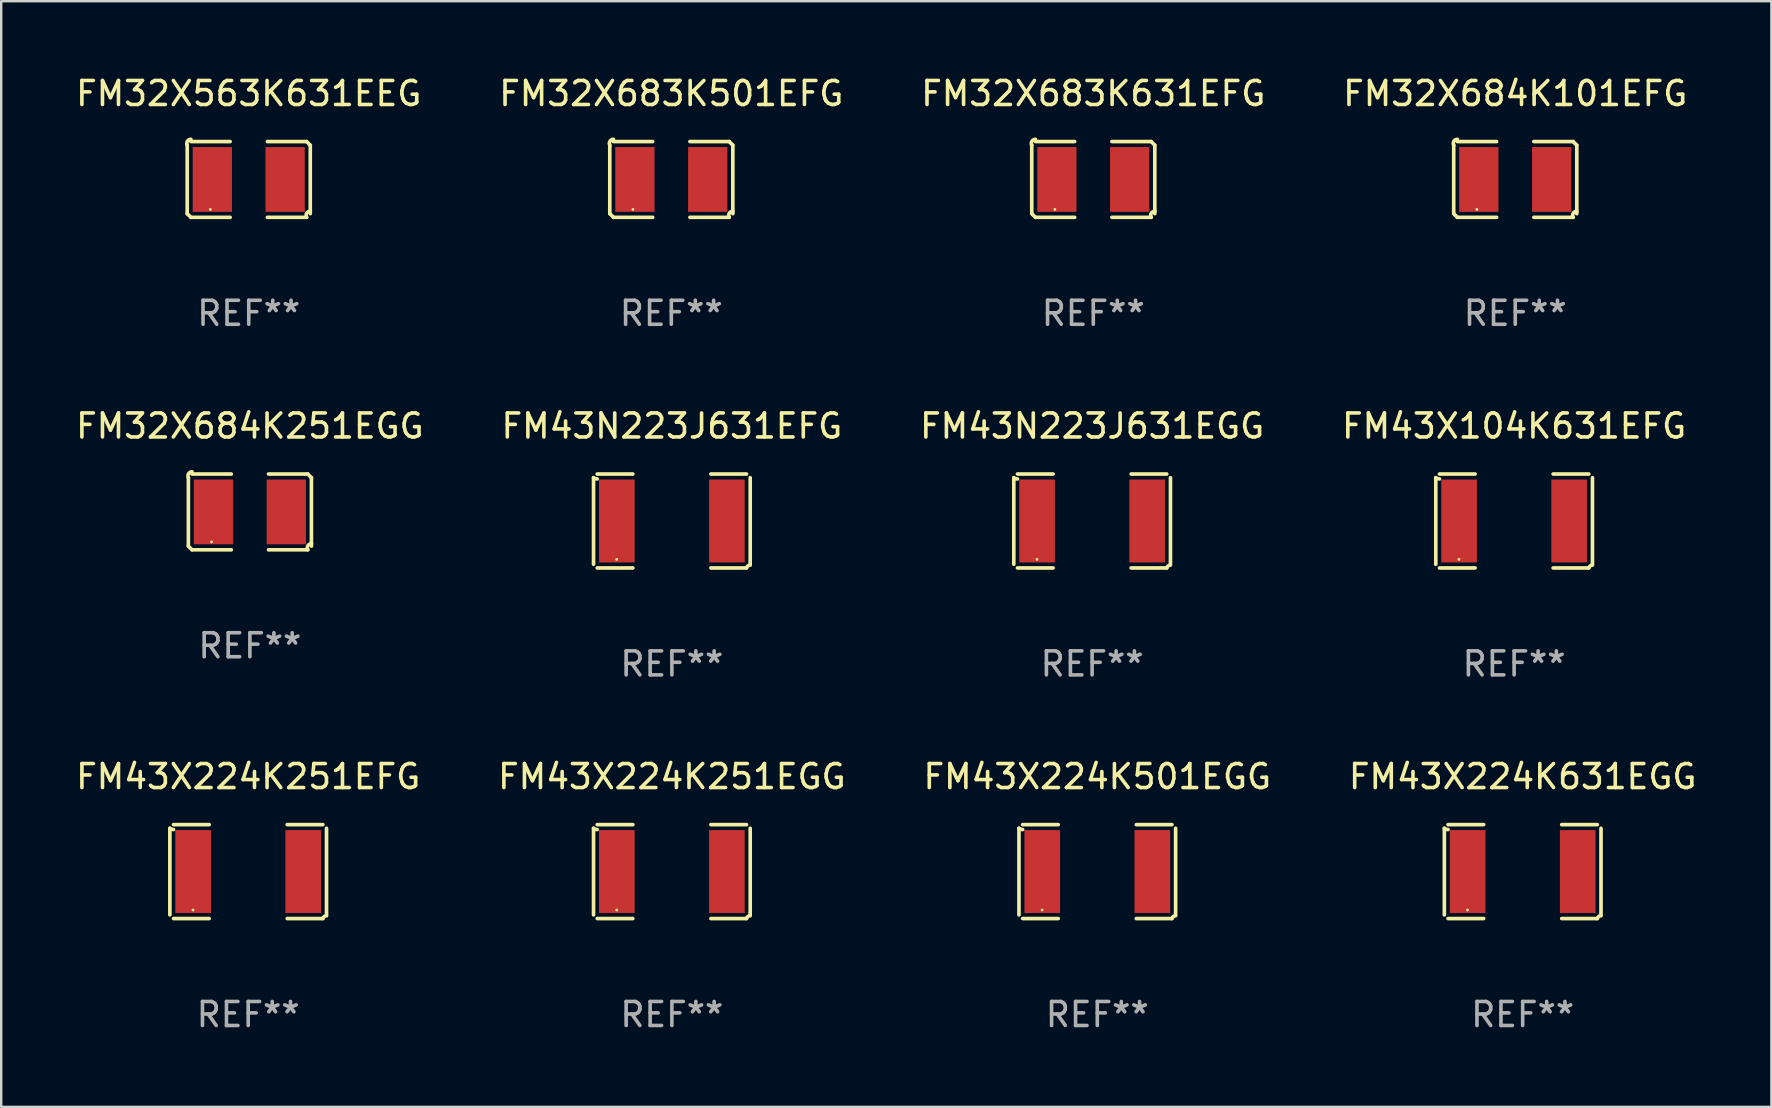
<source format=kicad_pcb>
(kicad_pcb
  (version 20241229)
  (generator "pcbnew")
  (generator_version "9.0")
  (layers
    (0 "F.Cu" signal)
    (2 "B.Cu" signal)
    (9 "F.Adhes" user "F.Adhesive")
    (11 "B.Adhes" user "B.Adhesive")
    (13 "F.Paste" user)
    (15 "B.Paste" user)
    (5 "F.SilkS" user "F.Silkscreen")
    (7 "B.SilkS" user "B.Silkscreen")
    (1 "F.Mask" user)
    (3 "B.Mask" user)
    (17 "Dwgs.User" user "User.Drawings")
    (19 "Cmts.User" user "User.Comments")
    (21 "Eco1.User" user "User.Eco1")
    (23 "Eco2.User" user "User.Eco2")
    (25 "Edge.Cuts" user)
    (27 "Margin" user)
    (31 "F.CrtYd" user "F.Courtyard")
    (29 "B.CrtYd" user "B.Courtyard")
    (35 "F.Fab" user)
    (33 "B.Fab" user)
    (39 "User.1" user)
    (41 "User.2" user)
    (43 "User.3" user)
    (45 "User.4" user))
  (footprint "FM43X224K501EGG"
    (layer "F.Cu")
    (at 42.673 33.268)
    (property "Reference" "FM43X224K501EGG" (at 0 -3.957 0) (layer "F.SilkS") (effects (font (size 1 1) (thickness 0.15))))
    (attr through_hole)
    (fp_line (start -3.264 1.804) (end -3.264 -1.804) (stroke (width 0.152) (type solid)) (layer "F.SilkS"))
    (fp_line (start -3.111 -1.957) (end -1.626 -1.957) (stroke (width 0.152) (type solid)) (layer "F.SilkS"))
    (fp_line (start -1.626 1.957) (end -3.111 1.957) (stroke (width 0.152) (type solid)) (layer "F.SilkS"))
    (fp_line (start 1.626 1.957) (end 3.111 1.957) (stroke (width 0.152) (type solid)) (layer "F.SilkS"))
    (fp_line (start 3.111 -1.957) (end 1.626 -1.957) (stroke (width 0.152) (type solid)) (layer "F.SilkS"))
    (fp_line (start 3.264 1.804) (end 3.264 -1.804) (stroke (width 0.152) (type solid)) (layer "F.SilkS"))
    (fp_arc (start -3.111202 -1.752192) (mid -3.191715 -1.76555) (end -3.263602 -1.804191) (stroke (width 0.1524) (type solid)) (layer "F.SilkS"))
    (fp_arc (start 3.111201 1.956591) (mid 3.167789 1.872777) (end 3.263602 1.840424) (stroke (width 0.1524) (type solid)) (layer "F.SilkS"))
    (fp_circle (center -2.3 1.6) (end -2.27 1.6) (stroke (width 0.06) (type solid)) (fill no) (layer "F.SilkS"))
    (fp_text user "REF**" (at 0 5.957 0) (layer "F.Fab") (effects (font (size 1 1) (thickness 0.15))))
    (pad "1" smd rect (at -2.293 0) (size 1.485 3.456) (layers "F.Cu" "F.Mask" "F.Paste"))
    (pad "2" smd rect (at 2.293 0) (size 1.485 3.456) (layers "F.Cu" "F.Mask" "F.Paste")))
  (footprint "FM43X224K251EFG"
    (layer "F.Cu")
    (at 7.292 33.268)
    (property "Reference" "FM43X224K251EFG" (at 0 -3.957 0) (layer "F.SilkS") (effects (font (size 1 1) (thickness 0.15))))
    (attr through_hole)
    (fp_line (start -3.264 1.804) (end -3.264 -1.804) (stroke (width 0.152) (type solid)) (layer "F.SilkS"))
    (fp_line (start -3.111 -1.957) (end -1.626 -1.957) (stroke (width 0.152) (type solid)) (layer "F.SilkS"))
    (fp_line (start -1.626 1.957) (end -3.111 1.957) (stroke (width 0.152) (type solid)) (layer "F.SilkS"))
    (fp_line (start 1.626 1.957) (end 3.111 1.957) (stroke (width 0.152) (type solid)) (layer "F.SilkS"))
    (fp_line (start 3.111 -1.957) (end 1.626 -1.957) (stroke (width 0.152) (type solid)) (layer "F.SilkS"))
    (fp_line (start 3.264 1.804) (end 3.264 -1.804) (stroke (width 0.152) (type solid)) (layer "F.SilkS"))
    (fp_arc (start -3.111202 -1.752192) (mid -3.191715 -1.76555) (end -3.263602 -1.804191) (stroke (width 0.1524) (type solid)) (layer "F.SilkS"))
    (fp_arc (start 3.111201 1.956591) (mid 3.167789 1.872777) (end 3.263602 1.840424) (stroke (width 0.1524) (type solid)) (layer "F.SilkS"))
    (fp_circle (center -2.3 1.6) (end -2.27 1.6) (stroke (width 0.06) (type solid)) (fill no) (layer "F.SilkS"))
    (fp_text user "REF**" (at 0 5.957 0) (layer "F.Fab") (effects (font (size 1 1) (thickness 0.15))))
    (pad "1" smd rect (at -2.293 0) (size 1.485 3.456) (layers "F.Cu" "F.Mask" "F.Paste"))
    (pad "2" smd rect (at 2.293 0) (size 1.485 3.456) (layers "F.Cu" "F.Mask" "F.Paste")))
  (footprint "FM32X684K101EFG"
    (layer "F.Cu")
    (at 60.089 4.427)
    (property "Reference" "FM32X684K101EFG" (at 0 -3.579 0) (layer "F.SilkS") (effects (font (size 1 1) (thickness 0.15))))
    (attr through_hole)
    (fp_line (start -2.564 1.426) (end -2.564 -1.426) (stroke (width 0.152) (type solid)) (layer "F.SilkS"))
    (fp_line (start -2.411 -1.579) (end -0.776 -1.579) (stroke (width 0.152) (type solid)) (layer "F.SilkS"))
    (fp_line (start -0.776 1.579) (end -2.411 1.579) (stroke (width 0.152) (type solid)) (layer "F.SilkS"))
    (fp_line (start 0.776 1.579) (end 2.411 1.579) (stroke (width 0.152) (type solid)) (layer "F.SilkS"))
    (fp_line (start 2.411 -1.579) (end 0.776 -1.579) (stroke (width 0.152) (type solid)) (layer "F.SilkS"))
    (fp_line (start 2.564 1.426) (end 2.564 -1.426) (stroke (width 0.152) (type solid)) (layer "F.SilkS"))
    (fp_arc (start -2.563602 -1.426213) (mid -2.555597 -1.591233) (end -2.411201 -1.671518) (stroke (width 0.1524) (type solid)) (layer "F.SilkS"))
    (fp_arc (start -2.5636 1.426214) (mid -2.487389 1.502402) (end -2.411201 1.578613) (stroke (width 0.1524) (type solid)) (layer "F.SilkS"))
    (fp_arc (start 2.411197 -1.578618) (mid 2.487403 -1.502419) (end 2.563602 -1.426213) (stroke (width 0.1524) (type solid)) (layer "F.SilkS"))
    (fp_arc (start 2.411201 1.578613) (mid 2.416214 1.409455) (end 2.563602 1.32629) (stroke (width 0.1524) (type solid)) (layer "F.SilkS"))
    (fp_circle (center -1.6 1.25) (end -1.57 1.25) (stroke (width 0.06) (type solid)) (fill no) (layer "F.SilkS"))
    (fp_text user "REF**" (at 0 5.579 0) (layer "F.Fab") (effects (font (size 1 1) (thickness 0.15))))
    (pad "1" smd rect (at -1.517 0) (size 1.635 2.7) (layers "F.Cu" "F.Mask" "F.Paste"))
    (pad "2" smd rect (at 1.517 0) (size 1.635 2.7) (layers "F.Cu" "F.Mask" "F.Paste")))
  (footprint "FM43N223J631EGG"
    (layer "F.Cu")
    (at 42.458 18.659)
    (property "Reference" "FM43N223J631EGG" (at 0 -3.957 0) (layer "F.SilkS") (effects (font (size 1 1) (thickness 0.15))))
    (attr through_hole)
    (fp_line (start -3.264 1.804) (end -3.264 -1.804) (stroke (width 0.152) (type solid)) (layer "F.SilkS"))
    (fp_line (start -3.111 -1.957) (end -1.626 -1.957) (stroke (width 0.152) (type solid)) (layer "F.SilkS"))
    (fp_line (start -1.626 1.957) (end -3.111 1.957) (stroke (width 0.152) (type solid)) (layer "F.SilkS"))
    (fp_line (start 1.626 1.957) (end 3.111 1.957) (stroke (width 0.152) (type solid)) (layer "F.SilkS"))
    (fp_line (start 3.111 -1.957) (end 1.626 -1.957) (stroke (width 0.152) (type solid)) (layer "F.SilkS"))
    (fp_line (start 3.264 1.804) (end 3.264 -1.804) (stroke (width 0.152) (type solid)) (layer "F.SilkS"))
    (fp_arc (start -3.111202 -1.752192) (mid -3.191715 -1.76555) (end -3.263602 -1.804191) (stroke (width 0.1524) (type solid)) (layer "F.SilkS"))
    (fp_arc (start 3.111201 1.956591) (mid 3.167789 1.872777) (end 3.263602 1.840424) (stroke (width 0.1524) (type solid)) (layer "F.SilkS"))
    (fp_circle (center -2.3 1.6) (end -2.27 1.6) (stroke (width 0.06) (type solid)) (fill no) (layer "F.SilkS"))
    (fp_text user "REF**" (at 0 5.957 0) (layer "F.Fab") (effects (font (size 1 1) (thickness 0.15))))
    (pad "1" smd rect (at -2.293 0) (size 1.485 3.456) (layers "F.Cu" "F.Mask" "F.Paste"))
    (pad "2" smd rect (at 2.293 0) (size 1.485 3.456) (layers "F.Cu" "F.Mask" "F.Paste")))
  (footprint "FM32X683K501EFG"
    (layer "F.Cu")
    (at 24.923 4.427)
    (property "Reference" "FM32X683K501EFG" (at 0 -3.579 0) (layer "F.SilkS") (effects (font (size 1 1) (thickness 0.15))))
    (attr through_hole)
    (fp_line (start -2.564 1.426) (end -2.564 -1.426) (stroke (width 0.152) (type solid)) (layer "F.SilkS"))
    (fp_line (start -2.411 -1.579) (end -0.776 -1.579) (stroke (width 0.152) (type solid)) (layer "F.SilkS"))
    (fp_line (start -0.776 1.579) (end -2.411 1.579) (stroke (width 0.152) (type solid)) (layer "F.SilkS"))
    (fp_line (start 0.776 1.579) (end 2.411 1.579) (stroke (width 0.152) (type solid)) (layer "F.SilkS"))
    (fp_line (start 2.411 -1.579) (end 0.776 -1.579) (stroke (width 0.152) (type solid)) (layer "F.SilkS"))
    (fp_line (start 2.564 1.426) (end 2.564 -1.426) (stroke (width 0.152) (type solid)) (layer "F.SilkS"))
    (fp_arc (start -2.563602 -1.426213) (mid -2.555597 -1.591233) (end -2.411201 -1.671518) (stroke (width 0.1524) (type solid)) (layer "F.SilkS"))
    (fp_arc (start -2.5636 1.426214) (mid -2.487389 1.502402) (end -2.411201 1.578613) (stroke (width 0.1524) (type solid)) (layer "F.SilkS"))
    (fp_arc (start 2.411197 -1.578618) (mid 2.487403 -1.502419) (end 2.563602 -1.426213) (stroke (width 0.1524) (type solid)) (layer "F.SilkS"))
    (fp_arc (start 2.411201 1.578613) (mid 2.416214 1.409455) (end 2.563602 1.32629) (stroke (width 0.1524) (type solid)) (layer "F.SilkS"))
    (fp_circle (center -1.6 1.25) (end -1.57 1.25) (stroke (width 0.06) (type solid)) (fill no) (layer "F.SilkS"))
    (fp_text user "REF**" (at 0 5.579 0) (layer "F.Fab") (effects (font (size 1 1) (thickness 0.15))))
    (pad "1" smd rect (at -1.517 0) (size 1.635 2.7) (layers "F.Cu" "F.Mask" "F.Paste"))
    (pad "2" smd rect (at 1.517 0) (size 1.635 2.7) (layers "F.Cu" "F.Mask" "F.Paste")))
  (footprint "FM32X684K251EGG"
    (layer "F.Cu")
    (at 7.363 18.281)
    (property "Reference" "FM32X684K251EGG" (at 0 -3.579 0) (layer "F.SilkS") (effects (font (size 1 1) (thickness 0.15))))
    (attr through_hole)
    (fp_line (start -2.564 1.426) (end -2.564 -1.426) (stroke (width 0.152) (type solid)) (layer "F.SilkS"))
    (fp_line (start -2.411 -1.579) (end -0.776 -1.579) (stroke (width 0.152) (type solid)) (layer "F.SilkS"))
    (fp_line (start -0.776 1.579) (end -2.411 1.579) (stroke (width 0.152) (type solid)) (layer "F.SilkS"))
    (fp_line (start 0.776 1.579) (end 2.411 1.579) (stroke (width 0.152) (type solid)) (layer "F.SilkS"))
    (fp_line (start 2.411 -1.579) (end 0.776 -1.579) (stroke (width 0.152) (type solid)) (layer "F.SilkS"))
    (fp_line (start 2.564 1.426) (end 2.564 -1.426) (stroke (width 0.152) (type solid)) (layer "F.SilkS"))
    (fp_arc (start -2.563602 -1.426213) (mid -2.555597 -1.591233) (end -2.411201 -1.671518) (stroke (width 0.1524) (type solid)) (layer "F.SilkS"))
    (fp_arc (start -2.5636 1.426214) (mid -2.487389 1.502402) (end -2.411201 1.578613) (stroke (width 0.1524) (type solid)) (layer "F.SilkS"))
    (fp_arc (start 2.411197 -1.578618) (mid 2.487403 -1.502419) (end 2.563602 -1.426213) (stroke (width 0.1524) (type solid)) (layer "F.SilkS"))
    (fp_arc (start 2.411201 1.578613) (mid 2.416214 1.409455) (end 2.563602 1.32629) (stroke (width 0.1524) (type solid)) (layer "F.SilkS"))
    (fp_circle (center -1.6 1.25) (end -1.57 1.25) (stroke (width 0.06) (type solid)) (fill no) (layer "F.SilkS"))
    (fp_text user "REF**" (at 0 5.579 0) (layer "F.Fab") (effects (font (size 1 1) (thickness 0.15))))
    (pad "1" smd rect (at -1.517 0) (size 1.635 2.7) (layers "F.Cu" "F.Mask" "F.Paste"))
    (pad "2" smd rect (at 1.517 0) (size 1.635 2.7) (layers "F.Cu" "F.Mask" "F.Paste")))
  (footprint "FM43X224K251EGG"
    (layer "F.Cu")
    (at 24.946 33.268)
    (property "Reference" "FM43X224K251EGG" (at 0 -3.957 0) (layer "F.SilkS") (effects (font (size 1 1) (thickness 0.15))))
    (attr through_hole)
    (fp_line (start -3.264 1.804) (end -3.264 -1.804) (stroke (width 0.152) (type solid)) (layer "F.SilkS"))
    (fp_line (start -3.111 -1.957) (end -1.626 -1.957) (stroke (width 0.152) (type solid)) (layer "F.SilkS"))
    (fp_line (start -1.626 1.957) (end -3.111 1.957) (stroke (width 0.152) (type solid)) (layer "F.SilkS"))
    (fp_line (start 1.626 1.957) (end 3.111 1.957) (stroke (width 0.152) (type solid)) (layer "F.SilkS"))
    (fp_line (start 3.111 -1.957) (end 1.626 -1.957) (stroke (width 0.152) (type solid)) (layer "F.SilkS"))
    (fp_line (start 3.264 1.804) (end 3.264 -1.804) (stroke (width 0.152) (type solid)) (layer "F.SilkS"))
    (fp_arc (start -3.111202 -1.752192) (mid -3.191715 -1.76555) (end -3.263602 -1.804191) (stroke (width 0.1524) (type solid)) (layer "F.SilkS"))
    (fp_arc (start 3.111201 1.956591) (mid 3.167789 1.872777) (end 3.263602 1.840424) (stroke (width 0.1524) (type solid)) (layer "F.SilkS"))
    (fp_circle (center -2.3 1.6) (end -2.27 1.6) (stroke (width 0.06) (type solid)) (fill no) (layer "F.SilkS"))
    (fp_text user "REF**" (at 0 5.957 0) (layer "F.Fab") (effects (font (size 1 1) (thickness 0.15))))
    (pad "1" smd rect (at -2.293 0) (size 1.485 3.456) (layers "F.Cu" "F.Mask" "F.Paste"))
    (pad "2" smd rect (at 2.293 0) (size 1.485 3.456) (layers "F.Cu" "F.Mask" "F.Paste")))
  (footprint "FM43X224K631EGG"
    (layer "F.Cu")
    (at 60.399 33.268)
    (property "Reference" "FM43X224K631EGG" (at 0 -3.957 0) (layer "F.SilkS") (effects (font (size 1 1) (thickness 0.15))))
    (attr through_hole)
    (fp_line (start -3.264 1.804) (end -3.264 -1.804) (stroke (width 0.152) (type solid)) (layer "F.SilkS"))
    (fp_line (start -3.111 -1.957) (end -1.626 -1.957) (stroke (width 0.152) (type solid)) (layer "F.SilkS"))
    (fp_line (start -1.626 1.957) (end -3.111 1.957) (stroke (width 0.152) (type solid)) (layer "F.SilkS"))
    (fp_line (start 1.626 1.957) (end 3.111 1.957) (stroke (width 0.152) (type solid)) (layer "F.SilkS"))
    (fp_line (start 3.111 -1.957) (end 1.626 -1.957) (stroke (width 0.152) (type solid)) (layer "F.SilkS"))
    (fp_line (start 3.264 1.804) (end 3.264 -1.804) (stroke (width 0.152) (type solid)) (layer "F.SilkS"))
    (fp_arc (start -3.111202 -1.752192) (mid -3.191715 -1.76555) (end -3.263602 -1.804191) (stroke (width 0.1524) (type solid)) (layer "F.SilkS"))
    (fp_arc (start 3.111201 1.956591) (mid 3.167789 1.872777) (end 3.263602 1.840424) (stroke (width 0.1524) (type solid)) (layer "F.SilkS"))
    (fp_circle (center -2.3 1.6) (end -2.27 1.6) (stroke (width 0.06) (type solid)) (fill no) (layer "F.SilkS"))
    (fp_text user "REF**" (at 0 5.957 0) (layer "F.Fab") (effects (font (size 1 1) (thickness 0.15))))
    (pad "1" smd rect (at -2.293 0) (size 1.485 3.456) (layers "F.Cu" "F.Mask" "F.Paste"))
    (pad "2" smd rect (at 2.293 0) (size 1.485 3.456) (layers "F.Cu" "F.Mask" "F.Paste")))
  (footprint "FM32X683K631EFG"
    (layer "F.Cu")
    (at 42.506 4.427)
    (property "Reference" "FM32X683K631EFG" (at 0 -3.579 0) (layer "F.SilkS") (effects (font (size 1 1) (thickness 0.15))))
    (attr through_hole)
    (fp_line (start -2.564 1.426) (end -2.564 -1.426) (stroke (width 0.152) (type solid)) (layer "F.SilkS"))
    (fp_line (start -2.411 -1.579) (end -0.776 -1.579) (stroke (width 0.152) (type solid)) (layer "F.SilkS"))
    (fp_line (start -0.776 1.579) (end -2.411 1.579) (stroke (width 0.152) (type solid)) (layer "F.SilkS"))
    (fp_line (start 0.776 1.579) (end 2.411 1.579) (stroke (width 0.152) (type solid)) (layer "F.SilkS"))
    (fp_line (start 2.411 -1.579) (end 0.776 -1.579) (stroke (width 0.152) (type solid)) (layer "F.SilkS"))
    (fp_line (start 2.564 1.426) (end 2.564 -1.426) (stroke (width 0.152) (type solid)) (layer "F.SilkS"))
    (fp_arc (start -2.563602 -1.426213) (mid -2.555597 -1.591233) (end -2.411201 -1.671518) (stroke (width 0.1524) (type solid)) (layer "F.SilkS"))
    (fp_arc (start -2.5636 1.426214) (mid -2.487389 1.502402) (end -2.411201 1.578613) (stroke (width 0.1524) (type solid)) (layer "F.SilkS"))
    (fp_arc (start 2.411197 -1.578618) (mid 2.487403 -1.502419) (end 2.563602 -1.426213) (stroke (width 0.1524) (type solid)) (layer "F.SilkS"))
    (fp_arc (start 2.411201 1.578613) (mid 2.416214 1.409455) (end 2.563602 1.32629) (stroke (width 0.1524) (type solid)) (layer "F.SilkS"))
    (fp_circle (center -1.6 1.25) (end -1.57 1.25) (stroke (width 0.06) (type solid)) (fill no) (layer "F.SilkS"))
    (fp_text user "REF**" (at 0 5.579 0) (layer "F.Fab") (effects (font (size 1 1) (thickness 0.15))))
    (pad "1" smd rect (at -1.517 0) (size 1.635 2.7) (layers "F.Cu" "F.Mask" "F.Paste"))
    (pad "2" smd rect (at 1.517 0) (size 1.635 2.7) (layers "F.Cu" "F.Mask" "F.Paste")))
  (footprint "FM43X104K631EFG"
    (layer "F.Cu")
    (at 60.042 18.659)
    (property "Reference" "FM43X104K631EFG" (at 0 -3.957 0) (layer "F.SilkS") (effects (font (size 1 1) (thickness 0.15))))
    (attr through_hole)
    (fp_line (start -3.264 1.804) (end -3.264 -1.804) (stroke (width 0.152) (type solid)) (layer "F.SilkS"))
    (fp_line (start -3.111 -1.957) (end -1.626 -1.957) (stroke (width 0.152) (type solid)) (layer "F.SilkS"))
    (fp_line (start -1.626 1.957) (end -3.111 1.957) (stroke (width 0.152) (type solid)) (layer "F.SilkS"))
    (fp_line (start 1.626 1.957) (end 3.111 1.957) (stroke (width 0.152) (type solid)) (layer "F.SilkS"))
    (fp_line (start 3.111 -1.957) (end 1.626 -1.957) (stroke (width 0.152) (type solid)) (layer "F.SilkS"))
    (fp_line (start 3.264 1.804) (end 3.264 -1.804) (stroke (width 0.152) (type solid)) (layer "F.SilkS"))
    (fp_arc (start -3.111202 -1.752192) (mid -3.191715 -1.76555) (end -3.263602 -1.804191) (stroke (width 0.1524) (type solid)) (layer "F.SilkS"))
    (fp_arc (start 3.111201 1.956591) (mid 3.167789 1.872777) (end 3.263602 1.840424) (stroke (width 0.1524) (type solid)) (layer "F.SilkS"))
    (fp_circle (center -2.3 1.6) (end -2.27 1.6) (stroke (width 0.06) (type solid)) (fill no) (layer "F.SilkS"))
    (fp_text user "REF**" (at 0 5.957 0) (layer "F.Fab") (effects (font (size 1 1) (thickness 0.15))))
    (pad "1" smd rect (at -2.293 0) (size 1.485 3.456) (layers "F.Cu" "F.Mask" "F.Paste"))
    (pad "2" smd rect (at 2.293 0) (size 1.485 3.456) (layers "F.Cu" "F.Mask" "F.Paste")))
  (footprint "FM32X563K631EEG"
    (layer "F.Cu")
    (at 7.315 4.427)
    (property "Reference" "FM32X563K631EEG" (at 0 -3.579 0) (layer "F.SilkS") (effects (font (size 1 1) (thickness 0.15))))
    (attr through_hole)
    (fp_line (start -2.564 1.426) (end -2.564 -1.426) (stroke (width 0.152) (type solid)) (layer "F.SilkS"))
    (fp_line (start -2.411 -1.579) (end -0.776 -1.579) (stroke (width 0.152) (type solid)) (layer "F.SilkS"))
    (fp_line (start -0.776 1.579) (end -2.411 1.579) (stroke (width 0.152) (type solid)) (layer "F.SilkS"))
    (fp_line (start 0.776 1.579) (end 2.411 1.579) (stroke (width 0.152) (type solid)) (layer "F.SilkS"))
    (fp_line (start 2.411 -1.579) (end 0.776 -1.579) (stroke (width 0.152) (type solid)) (layer "F.SilkS"))
    (fp_line (start 2.564 1.426) (end 2.564 -1.426) (stroke (width 0.152) (type solid)) (layer "F.SilkS"))
    (fp_arc (start -2.563602 -1.426213) (mid -2.555597 -1.591233) (end -2.411201 -1.671518) (stroke (width 0.1524) (type solid)) (layer "F.SilkS"))
    (fp_arc (start -2.5636 1.426214) (mid -2.487389 1.502402) (end -2.411201 1.578613) (stroke (width 0.1524) (type solid)) (layer "F.SilkS"))
    (fp_arc (start 2.411197 -1.578618) (mid 2.487403 -1.502419) (end 2.563602 -1.426213) (stroke (width 0.1524) (type solid)) (layer "F.SilkS"))
    (fp_arc (start 2.411201 1.578613) (mid 2.416214 1.409455) (end 2.563602 1.32629) (stroke (width 0.1524) (type solid)) (layer "F.SilkS"))
    (fp_circle (center -1.6 1.25) (end -1.57 1.25) (stroke (width 0.06) (type solid)) (fill no) (layer "F.SilkS"))
    (fp_text user "REF**" (at 0 5.579 0) (layer "F.Fab") (effects (font (size 1 1) (thickness 0.15))))
    (pad "1" smd rect (at -1.517 0) (size 1.635 2.7) (layers "F.Cu" "F.Mask" "F.Paste"))
    (pad "2" smd rect (at 1.517 0) (size 1.635 2.7) (layers "F.Cu" "F.Mask" "F.Paste")))
  (footprint "FM43N223J631EFG"
    (layer "F.Cu")
    (at 24.946 18.659)
    (property "Reference" "FM43N223J631EFG" (at 0 -3.957 0) (layer "F.SilkS") (effects (font (size 1 1) (thickness 0.15))))
    (attr through_hole)
    (fp_line (start -3.264 1.804) (end -3.264 -1.804) (stroke (width 0.152) (type solid)) (layer "F.SilkS"))
    (fp_line (start -3.111 -1.957) (end -1.626 -1.957) (stroke (width 0.152) (type solid)) (layer "F.SilkS"))
    (fp_line (start -1.626 1.957) (end -3.111 1.957) (stroke (width 0.152) (type solid)) (layer "F.SilkS"))
    (fp_line (start 1.626 1.957) (end 3.111 1.957) (stroke (width 0.152) (type solid)) (layer "F.SilkS"))
    (fp_line (start 3.111 -1.957) (end 1.626 -1.957) (stroke (width 0.152) (type solid)) (layer "F.SilkS"))
    (fp_line (start 3.264 1.804) (end 3.264 -1.804) (stroke (width 0.152) (type solid)) (layer "F.SilkS"))
    (fp_arc (start -3.111202 -1.752192) (mid -3.191715 -1.76555) (end -3.263602 -1.804191) (stroke (width 0.1524) (type solid)) (layer "F.SilkS"))
    (fp_arc (start 3.111201 1.956591) (mid 3.167789 1.872777) (end 3.263602 1.840424) (stroke (width 0.1524) (type solid)) (layer "F.SilkS"))
    (fp_circle (center -2.3 1.6) (end -2.27 1.6) (stroke (width 0.06) (type solid)) (fill no) (layer "F.SilkS"))
    (fp_text user "REF**" (at 0 5.957 0) (layer "F.Fab") (effects (font (size 1 1) (thickness 0.15))))
    (pad "1" smd rect (at -2.293 0) (size 1.485 3.456) (layers "F.Cu" "F.Mask" "F.Paste"))
    (pad "2" smd rect (at 2.293 0) (size 1.485 3.456) (layers "F.Cu" "F.Mask" "F.Paste")))
  (gr_rect
    (start -3 -3)
    (end 70.762 43.073)
    (stroke (width 0.1) (type default))
    (fill no)
    (layer "Edge.Cuts")))
</source>
